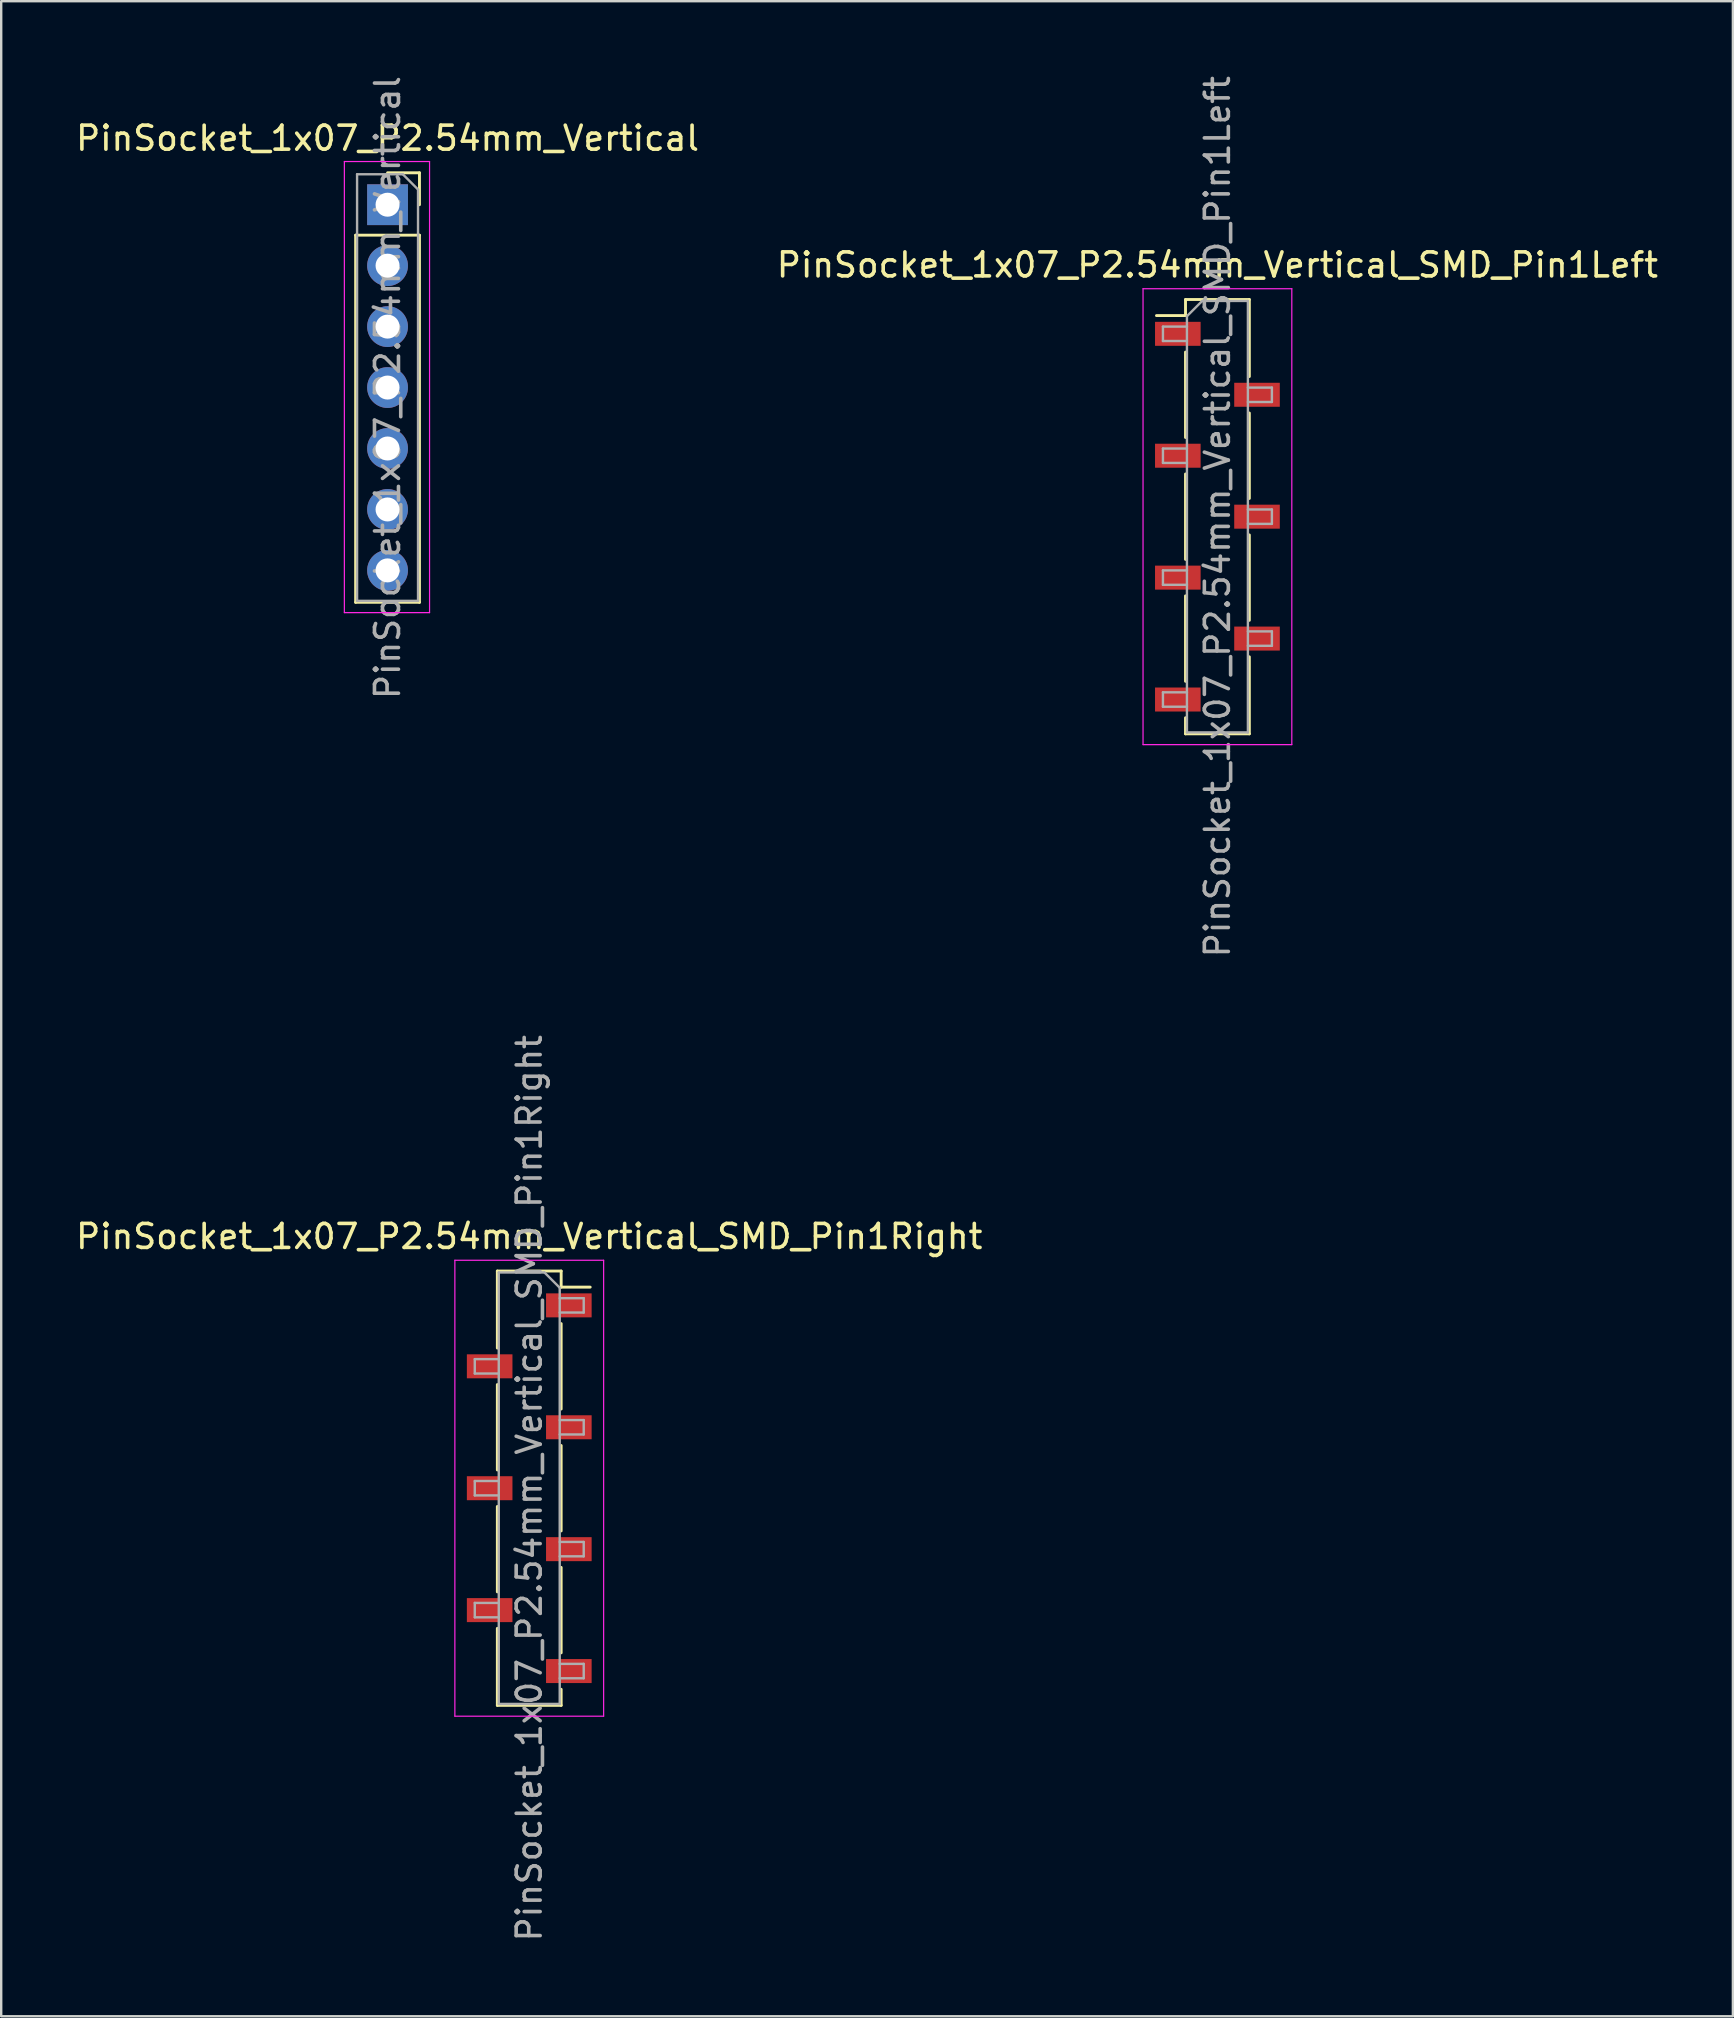
<source format=kicad_pcb>
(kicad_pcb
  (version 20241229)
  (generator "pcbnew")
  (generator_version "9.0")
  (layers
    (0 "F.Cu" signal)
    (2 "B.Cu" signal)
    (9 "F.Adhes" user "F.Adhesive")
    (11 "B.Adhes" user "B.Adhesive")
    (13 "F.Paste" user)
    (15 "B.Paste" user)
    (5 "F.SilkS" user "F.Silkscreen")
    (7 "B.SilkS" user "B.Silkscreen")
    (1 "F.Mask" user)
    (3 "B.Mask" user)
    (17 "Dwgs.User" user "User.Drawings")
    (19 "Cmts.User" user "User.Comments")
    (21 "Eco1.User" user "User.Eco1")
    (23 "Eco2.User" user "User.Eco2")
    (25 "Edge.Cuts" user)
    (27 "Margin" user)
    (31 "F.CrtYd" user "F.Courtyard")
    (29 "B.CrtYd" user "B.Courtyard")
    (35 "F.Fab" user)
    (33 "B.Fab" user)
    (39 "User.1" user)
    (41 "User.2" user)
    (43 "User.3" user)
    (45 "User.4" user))
  (footprint "PinSocket_1x07_P2.54mm_Vertical_SMD_Pin1Right"
    (layer "F.Cu")
    (at 19.006 58.97)
    (property "Reference" "PinSocket_1x07_P2.54mm_Vertical_SMD_Pin1Right" (at 0 -10.49 0) (layer "F.SilkS") (effects (font (size 1 1) (thickness 0.15))))
    (attr smd)
    (fp_line (start -1.33 -9.05) (end -1.33 -5.84) (stroke (width 0.12) (type solid)) (layer "F.SilkS"))
    (fp_line (start -1.33 -9.05) (end 1.33 -9.05) (stroke (width 0.12) (type solid)) (layer "F.SilkS"))
    (fp_line (start -1.33 -4.32) (end -1.33 -0.76) (stroke (width 0.12) (type solid)) (layer "F.SilkS"))
    (fp_line (start -1.33 0.76) (end -1.33 4.32) (stroke (width 0.12) (type solid)) (layer "F.SilkS"))
    (fp_line (start -1.33 5.84) (end -1.33 9.05) (stroke (width 0.12) (type solid)) (layer "F.SilkS"))
    (fp_line (start -1.33 9.05) (end 1.33 9.05) (stroke (width 0.12) (type solid)) (layer "F.SilkS"))
    (fp_line (start 1.33 -9.05) (end 1.33 -8.38) (stroke (width 0.12) (type solid)) (layer "F.SilkS"))
    (fp_line (start 1.33 -8.38) (end 2.54 -8.38) (stroke (width 0.12) (type solid)) (layer "F.SilkS"))
    (fp_line (start 1.33 -6.86) (end 1.33 -3.3) (stroke (width 0.12) (type solid)) (layer "F.SilkS"))
    (fp_line (start 1.33 -1.78) (end 1.33 1.78) (stroke (width 0.12) (type solid)) (layer "F.SilkS"))
    (fp_line (start 1.33 3.3) (end 1.33 6.86) (stroke (width 0.12) (type solid)) (layer "F.SilkS"))
    (fp_line (start 1.33 8.38) (end 1.33 9.05) (stroke (width 0.12) (type solid)) (layer "F.SilkS"))
    (fp_line (start -3.1 -9.5) (end 3.1 -9.5) (stroke (width 0.05) (type solid)) (layer "F.CrtYd"))
    (fp_line (start -3.1 9.5) (end -3.1 -9.5) (stroke (width 0.05) (type solid)) (layer "F.CrtYd"))
    (fp_line (start 3.1 -9.5) (end 3.1 9.5) (stroke (width 0.05) (type solid)) (layer "F.CrtYd"))
    (fp_line (start 3.1 9.5) (end -3.1 9.5) (stroke (width 0.05) (type solid)) (layer "F.CrtYd"))
    (fp_line (start -2.27 -5.38) (end -1.27 -5.38) (stroke (width 0.1) (type solid)) (layer "F.Fab"))
    (fp_line (start -2.27 -4.78) (end -2.27 -5.38) (stroke (width 0.1) (type solid)) (layer "F.Fab"))
    (fp_line (start -2.27 -0.3) (end -1.27 -0.3) (stroke (width 0.1) (type solid)) (layer "F.Fab"))
    (fp_line (start -2.27 0.3) (end -2.27 -0.3) (stroke (width 0.1) (type solid)) (layer "F.Fab"))
    (fp_line (start -2.27 4.78) (end -1.27 4.78) (stroke (width 0.1) (type solid)) (layer "F.Fab"))
    (fp_line (start -2.27 5.38) (end -2.27 4.78) (stroke (width 0.1) (type solid)) (layer "F.Fab"))
    (fp_line (start -1.27 -8.99) (end 0.635 -8.99) (stroke (width 0.1) (type solid)) (layer "F.Fab"))
    (fp_line (start -1.27 -4.78) (end -2.27 -4.78) (stroke (width 0.1) (type solid)) (layer "F.Fab"))
    (fp_line (start -1.27 0.3) (end -2.27 0.3) (stroke (width 0.1) (type solid)) (layer "F.Fab"))
    (fp_line (start -1.27 5.38) (end -2.27 5.38) (stroke (width 0.1) (type solid)) (layer "F.Fab"))
    (fp_line (start -1.27 8.99) (end -1.27 -8.99) (stroke (width 0.1) (type solid)) (layer "F.Fab"))
    (fp_line (start 0.635 -8.99) (end 1.27 -8.355) (stroke (width 0.1) (type solid)) (layer "F.Fab"))
    (fp_line (start 1.27 -8.355) (end 1.27 8.99) (stroke (width 0.1) (type solid)) (layer "F.Fab"))
    (fp_line (start 1.27 -7.92) (end 2.27 -7.92) (stroke (width 0.1) (type solid)) (layer "F.Fab"))
    (fp_line (start 1.27 -2.84) (end 2.27 -2.84) (stroke (width 0.1) (type solid)) (layer "F.Fab"))
    (fp_line (start 1.27 2.24) (end 2.27 2.24) (stroke (width 0.1) (type solid)) (layer "F.Fab"))
    (fp_line (start 1.27 7.32) (end 2.27 7.32) (stroke (width 0.1) (type solid)) (layer "F.Fab"))
    (fp_line (start 1.27 8.99) (end -1.27 8.99) (stroke (width 0.1) (type solid)) (layer "F.Fab"))
    (fp_line (start 2.27 -7.92) (end 2.27 -7.32) (stroke (width 0.1) (type solid)) (layer "F.Fab"))
    (fp_line (start 2.27 -7.32) (end 1.27 -7.32) (stroke (width 0.1) (type solid)) (layer "F.Fab"))
    (fp_line (start 2.27 -2.84) (end 2.27 -2.24) (stroke (width 0.1) (type solid)) (layer "F.Fab"))
    (fp_line (start 2.27 -2.24) (end 1.27 -2.24) (stroke (width 0.1) (type solid)) (layer "F.Fab"))
    (fp_line (start 2.27 2.24) (end 2.27 2.84) (stroke (width 0.1) (type solid)) (layer "F.Fab"))
    (fp_line (start 2.27 2.84) (end 1.27 2.84) (stroke (width 0.1) (type solid)) (layer "F.Fab"))
    (fp_line (start 2.27 7.32) (end 2.27 7.92) (stroke (width 0.1) (type solid)) (layer "F.Fab"))
    (fp_line (start 2.27 7.92) (end 1.27 7.92) (stroke (width 0.1) (type solid)) (layer "F.Fab"))
    (fp_text user "${REFERENCE}" (at 0 0 90) (layer "F.Fab") (effects (font (size 1 1) (thickness 0.15))))
    (pad "1" smd rect (at 1.65 -7.62) (size 1.9 1) (layers "F.Cu" "F.Mask" "F.Paste"))
    (pad "2" smd rect (at -1.65 -5.08) (size 1.9 1) (layers "F.Cu" "F.Mask" "F.Paste"))
    (pad "3" smd rect (at 1.65 -2.54) (size 1.9 1) (layers "F.Cu" "F.Mask" "F.Paste"))
    (pad "4" smd rect (at -1.65 0) (size 1.9 1) (layers "F.Cu" "F.Mask" "F.Paste"))
    (pad "5" smd rect (at 1.65 2.54) (size 1.9 1) (layers "F.Cu" "F.Mask" "F.Paste"))
    (pad "6" smd rect (at -1.65 5.08) (size 1.9 1) (layers "F.Cu" "F.Mask" "F.Paste"))
    (pad "7" smd rect (at 1.65 7.62) (size 1.9 1) (layers "F.Cu" "F.Mask" "F.Paste")))
  (footprint "PinSocket_1x07_P2.54mm_Vertical_SMD_Pin1Left"
    (layer "F.Cu")
    (at 47.685 18.482)
    (property "Reference" "PinSocket_1x07_P2.54mm_Vertical_SMD_Pin1Left" (at 0 -10.49 0) (layer "F.SilkS") (effects (font (size 1 1) (thickness 0.15))))
    (attr smd)
    (fp_line (start -2.54 -8.38) (end -1.33 -8.38) (stroke (width 0.12) (type solid)) (layer "F.SilkS"))
    (fp_line (start -1.33 -9.05) (end -1.33 -8.38) (stroke (width 0.12) (type solid)) (layer "F.SilkS"))
    (fp_line (start -1.33 -9.05) (end 1.33 -9.05) (stroke (width 0.12) (type solid)) (layer "F.SilkS"))
    (fp_line (start -1.33 -6.86) (end -1.33 -3.3) (stroke (width 0.12) (type solid)) (layer "F.SilkS"))
    (fp_line (start -1.33 -1.78) (end -1.33 1.78) (stroke (width 0.12) (type solid)) (layer "F.SilkS"))
    (fp_line (start -1.33 3.3) (end -1.33 6.86) (stroke (width 0.12) (type solid)) (layer "F.SilkS"))
    (fp_line (start -1.33 8.38) (end -1.33 9.05) (stroke (width 0.12) (type solid)) (layer "F.SilkS"))
    (fp_line (start -1.33 9.05) (end 1.33 9.05) (stroke (width 0.12) (type solid)) (layer "F.SilkS"))
    (fp_line (start 1.33 -9.05) (end 1.33 -5.84) (stroke (width 0.12) (type solid)) (layer "F.SilkS"))
    (fp_line (start 1.33 -4.32) (end 1.33 -0.76) (stroke (width 0.12) (type solid)) (layer "F.SilkS"))
    (fp_line (start 1.33 0.76) (end 1.33 4.32) (stroke (width 0.12) (type solid)) (layer "F.SilkS"))
    (fp_line (start 1.33 5.84) (end 1.33 9.05) (stroke (width 0.12) (type solid)) (layer "F.SilkS"))
    (fp_line (start -3.1 -9.5) (end 3.1 -9.5) (stroke (width 0.05) (type solid)) (layer "F.CrtYd"))
    (fp_line (start -3.1 9.5) (end -3.1 -9.5) (stroke (width 0.05) (type solid)) (layer "F.CrtYd"))
    (fp_line (start 3.1 -9.5) (end 3.1 9.5) (stroke (width 0.05) (type solid)) (layer "F.CrtYd"))
    (fp_line (start 3.1 9.5) (end -3.1 9.5) (stroke (width 0.05) (type solid)) (layer "F.CrtYd"))
    (fp_line (start -2.27 -7.92) (end -1.27 -7.92) (stroke (width 0.1) (type solid)) (layer "F.Fab"))
    (fp_line (start -2.27 -7.32) (end -2.27 -7.92) (stroke (width 0.1) (type solid)) (layer "F.Fab"))
    (fp_line (start -2.27 -2.84) (end -1.27 -2.84) (stroke (width 0.1) (type solid)) (layer "F.Fab"))
    (fp_line (start -2.27 -2.24) (end -2.27 -2.84) (stroke (width 0.1) (type solid)) (layer "F.Fab"))
    (fp_line (start -2.27 2.24) (end -1.27 2.24) (stroke (width 0.1) (type solid)) (layer "F.Fab"))
    (fp_line (start -2.27 2.84) (end -2.27 2.24) (stroke (width 0.1) (type solid)) (layer "F.Fab"))
    (fp_line (start -2.27 7.32) (end -1.27 7.32) (stroke (width 0.1) (type solid)) (layer "F.Fab"))
    (fp_line (start -2.27 7.92) (end -2.27 7.32) (stroke (width 0.1) (type solid)) (layer "F.Fab"))
    (fp_line (start -1.27 -8.355) (end -0.635 -8.99) (stroke (width 0.1) (type solid)) (layer "F.Fab"))
    (fp_line (start -1.27 -7.32) (end -2.27 -7.32) (stroke (width 0.1) (type solid)) (layer "F.Fab"))
    (fp_line (start -1.27 -2.24) (end -2.27 -2.24) (stroke (width 0.1) (type solid)) (layer "F.Fab"))
    (fp_line (start -1.27 2.84) (end -2.27 2.84) (stroke (width 0.1) (type solid)) (layer "F.Fab"))
    (fp_line (start -1.27 7.92) (end -2.27 7.92) (stroke (width 0.1) (type solid)) (layer "F.Fab"))
    (fp_line (start -1.27 8.99) (end -1.27 -8.355) (stroke (width 0.1) (type solid)) (layer "F.Fab"))
    (fp_line (start -0.635 -8.99) (end 1.27 -8.99) (stroke (width 0.1) (type solid)) (layer "F.Fab"))
    (fp_line (start 1.27 -8.99) (end 1.27 8.99) (stroke (width 0.1) (type solid)) (layer "F.Fab"))
    (fp_line (start 1.27 -5.38) (end 2.27 -5.38) (stroke (width 0.1) (type solid)) (layer "F.Fab"))
    (fp_line (start 1.27 -0.3) (end 2.27 -0.3) (stroke (width 0.1) (type solid)) (layer "F.Fab"))
    (fp_line (start 1.27 4.78) (end 2.27 4.78) (stroke (width 0.1) (type solid)) (layer "F.Fab"))
    (fp_line (start 1.27 8.99) (end -1.27 8.99) (stroke (width 0.1) (type solid)) (layer "F.Fab"))
    (fp_line (start 2.27 -5.38) (end 2.27 -4.78) (stroke (width 0.1) (type solid)) (layer "F.Fab"))
    (fp_line (start 2.27 -4.78) (end 1.27 -4.78) (stroke (width 0.1) (type solid)) (layer "F.Fab"))
    (fp_line (start 2.27 -0.3) (end 2.27 0.3) (stroke (width 0.1) (type solid)) (layer "F.Fab"))
    (fp_line (start 2.27 0.3) (end 1.27 0.3) (stroke (width 0.1) (type solid)) (layer "F.Fab"))
    (fp_line (start 2.27 4.78) (end 2.27 5.38) (stroke (width 0.1) (type solid)) (layer "F.Fab"))
    (fp_line (start 2.27 5.38) (end 1.27 5.38) (stroke (width 0.1) (type solid)) (layer "F.Fab"))
    (fp_text user "${REFERENCE}" (at 0 0 90) (layer "F.Fab") (effects (font (size 1 1) (thickness 0.15))))
    (pad "1" smd rect (at -1.65 -7.62) (size 1.9 1) (layers "F.Cu" "F.Mask" "F.Paste"))
    (pad "2" smd rect (at 1.65 -5.08) (size 1.9 1) (layers "F.Cu" "F.Mask" "F.Paste"))
    (pad "3" smd rect (at -1.65 -2.54) (size 1.9 1) (layers "F.Cu" "F.Mask" "F.Paste"))
    (pad "4" smd rect (at 1.65 0) (size 1.9 1) (layers "F.Cu" "F.Mask" "F.Paste"))
    (pad "5" smd rect (at -1.65 2.54) (size 1.9 1) (layers "F.Cu" "F.Mask" "F.Paste"))
    (pad "6" smd rect (at 1.65 5.08) (size 1.9 1) (layers "F.Cu" "F.Mask" "F.Paste"))
    (pad "7" smd rect (at -1.65 7.62) (size 1.9 1) (layers "F.Cu" "F.Mask" "F.Paste")))
  (footprint "PinSocket_1x07_P2.54mm_Vertical"
    (layer "F.Cu")
    (at 13.101 5.481)
    (property "Reference" "PinSocket_1x07_P2.54mm_Vertical" (at 0 -2.77 0) (layer "F.SilkS") (effects (font (size 1 1) (thickness 0.15))))
    (attr through_hole)
    (fp_line (start -1.33 1.27) (end -1.33 16.57) (stroke (width 0.12) (type solid)) (layer "F.SilkS"))
    (fp_line (start -1.33 1.27) (end 1.33 1.27) (stroke (width 0.12) (type solid)) (layer "F.SilkS"))
    (fp_line (start -1.33 16.57) (end 1.33 16.57) (stroke (width 0.12) (type solid)) (layer "F.SilkS"))
    (fp_line (start 0 -1.33) (end 1.33 -1.33) (stroke (width 0.12) (type solid)) (layer "F.SilkS"))
    (fp_line (start 1.33 -1.33) (end 1.33 0) (stroke (width 0.12) (type solid)) (layer "F.SilkS"))
    (fp_line (start 1.33 1.27) (end 1.33 16.57) (stroke (width 0.12) (type solid)) (layer "F.SilkS"))
    (fp_line (start -1.8 -1.8) (end 1.75 -1.8) (stroke (width 0.05) (type solid)) (layer "F.CrtYd"))
    (fp_line (start -1.8 17) (end -1.8 -1.8) (stroke (width 0.05) (type solid)) (layer "F.CrtYd"))
    (fp_line (start 1.75 -1.8) (end 1.75 17) (stroke (width 0.05) (type solid)) (layer "F.CrtYd"))
    (fp_line (start 1.75 17) (end -1.8 17) (stroke (width 0.05) (type solid)) (layer "F.CrtYd"))
    (fp_line (start -1.27 -1.27) (end 0.635 -1.27) (stroke (width 0.1) (type solid)) (layer "F.Fab"))
    (fp_line (start -1.27 16.51) (end -1.27 -1.27) (stroke (width 0.1) (type solid)) (layer "F.Fab"))
    (fp_line (start 0.635 -1.27) (end 1.27 -0.635) (stroke (width 0.1) (type solid)) (layer "F.Fab"))
    (fp_line (start 1.27 -0.635) (end 1.27 16.51) (stroke (width 0.1) (type solid)) (layer "F.Fab"))
    (fp_line (start 1.27 16.51) (end -1.27 16.51) (stroke (width 0.1) (type solid)) (layer "F.Fab"))
    (fp_text user "${REFERENCE}" (at 0 7.62 90) (layer "F.Fab") (effects (font (size 1 1) (thickness 0.15))))
    (pad "1" thru_hole rect (at 0 0) (size 1.7 1.7) (drill 1) (layers "*.Cu" "*.Mask"))
    (pad "2" thru_hole oval (at 0 2.54) (size 1.7 1.7) (drill 1) (layers "*.Cu" "*.Mask"))
    (pad "3" thru_hole oval (at 0 5.08) (size 1.7 1.7) (drill 1) (layers "*.Cu" "*.Mask"))
    (pad "4" thru_hole oval (at 0 7.62) (size 1.7 1.7) (drill 1) (layers "*.Cu" "*.Mask"))
    (pad "5" thru_hole oval (at 0 10.16) (size 1.7 1.7) (drill 1) (layers "*.Cu" "*.Mask"))
    (pad "6" thru_hole oval (at 0 12.7) (size 1.7 1.7) (drill 1) (layers "*.Cu" "*.Mask"))
    (pad "7" thru_hole oval (at 0 15.24) (size 1.7 1.7) (drill 1) (layers "*.Cu" "*.Mask")))
  (gr_rect
    (start -3 -3)
    (end 69.167 80.976)
    (stroke (width 0.1) (type default))
    (fill no)
    (layer "Edge.Cuts")))
</source>
